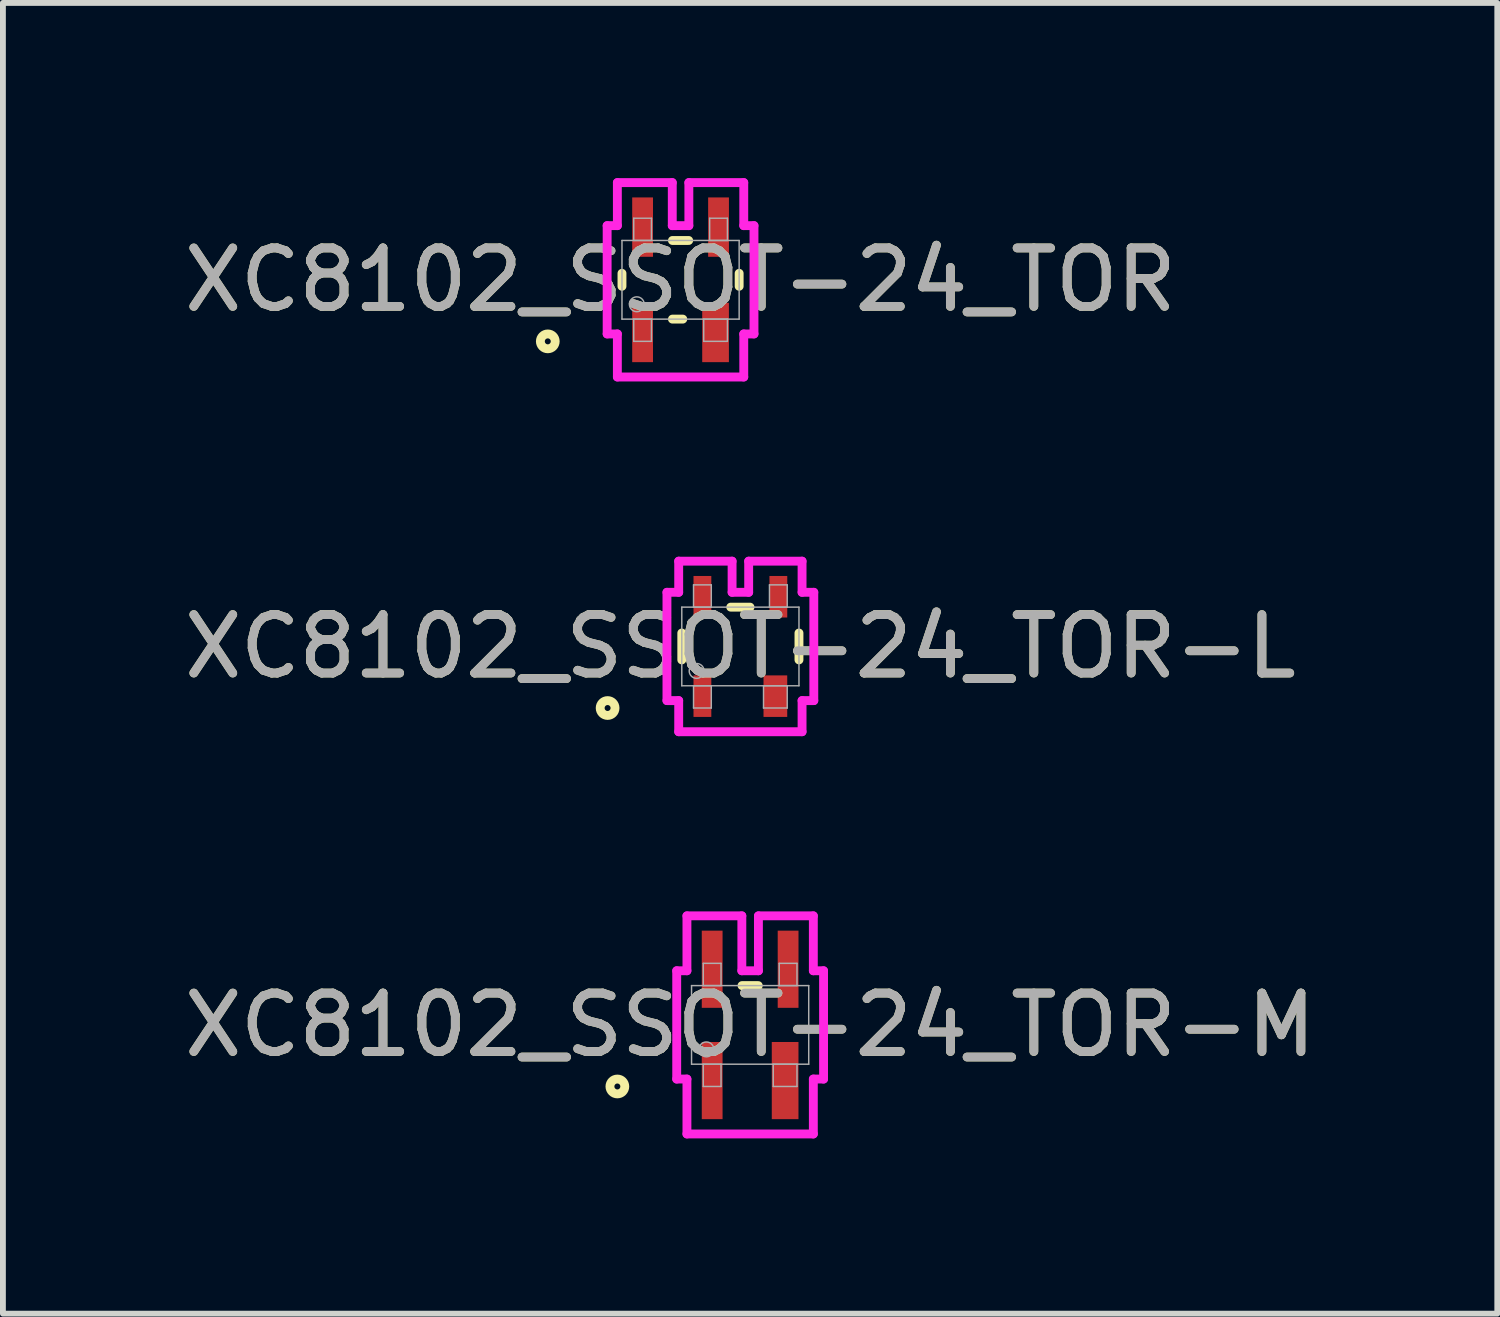
<source format=kicad_pcb>
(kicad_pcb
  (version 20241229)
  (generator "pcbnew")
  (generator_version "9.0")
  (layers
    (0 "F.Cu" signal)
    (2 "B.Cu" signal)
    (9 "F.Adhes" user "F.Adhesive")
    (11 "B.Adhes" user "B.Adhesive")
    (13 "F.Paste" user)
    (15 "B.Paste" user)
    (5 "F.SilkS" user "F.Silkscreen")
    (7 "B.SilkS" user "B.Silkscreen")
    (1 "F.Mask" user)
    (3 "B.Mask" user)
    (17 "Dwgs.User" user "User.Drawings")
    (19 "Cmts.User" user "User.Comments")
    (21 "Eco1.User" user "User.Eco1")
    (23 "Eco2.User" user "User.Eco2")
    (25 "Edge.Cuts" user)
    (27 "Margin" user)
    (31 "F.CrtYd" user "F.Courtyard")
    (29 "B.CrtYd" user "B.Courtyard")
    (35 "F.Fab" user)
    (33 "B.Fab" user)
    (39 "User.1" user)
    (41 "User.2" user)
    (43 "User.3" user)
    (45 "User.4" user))
  (footprint "XC8102_SSOT-24_TOR-L"
    (layer "F.Cu")
    (at 9.625 8.017)
    (property "Reference" "XC8102_SSOT-24_TOR-L" (at 0 0 0) (unlocked yes) (layer "F.SilkS") (effects (font (size 1 1) (thickness 0.15))))
    (attr smd)
    (fp_line (start -1.003 0.23) (end -1.003 -0.23) (stroke (width 0.152) (type solid)) (layer "F.SilkS"))
    (fp_line (start -0.165 -0.673) (end 0.165 -0.673) (stroke (width 0.152) (type solid)) (layer "F.SilkS"))
    (fp_line (start 1.003 -0.23) (end 1.003 0.23) (stroke (width 0.152) (type solid)) (layer "F.SilkS"))
    (fp_circle (center -2.273 1.054) (end -2.146 1.054) (stroke (width 0.152) (type solid)) (fill no) (layer "F.SilkS"))
    (fp_line (start -1.257 -0.927) (end -1.056 -0.927) (stroke (width 0.152) (type solid)) (layer "F.CrtYd"))
    (fp_line (start -1.257 0.927) (end -1.257 -0.927) (stroke (width 0.152) (type solid)) (layer "F.CrtYd"))
    (fp_line (start -1.056 -1.46) (end -0.142 -1.46) (stroke (width 0.152) (type solid)) (layer "F.CrtYd"))
    (fp_line (start -1.056 -0.927) (end -1.056 -1.46) (stroke (width 0.152) (type solid)) (layer "F.CrtYd"))
    (fp_line (start -1.056 0.927) (end -1.257 0.927) (stroke (width 0.152) (type solid)) (layer "F.CrtYd"))
    (fp_line (start -1.056 1.46) (end -1.056 0.927) (stroke (width 0.152) (type solid)) (layer "F.CrtYd"))
    (fp_line (start -0.142 -1.46) (end -0.142 -0.927) (stroke (width 0.152) (type solid)) (layer "F.CrtYd"))
    (fp_line (start -0.142 -0.927) (end 0.142 -0.927) (stroke (width 0.152) (type solid)) (layer "F.CrtYd"))
    (fp_line (start 0.142 -1.46) (end 1.056 -1.46) (stroke (width 0.152) (type solid)) (layer "F.CrtYd"))
    (fp_line (start 0.142 -0.927) (end 0.142 -1.46) (stroke (width 0.152) (type solid)) (layer "F.CrtYd"))
    (fp_line (start 1.056 -1.46) (end 1.056 -0.927) (stroke (width 0.152) (type solid)) (layer "F.CrtYd"))
    (fp_line (start 1.056 -0.927) (end 1.257 -0.927) (stroke (width 0.152) (type solid)) (layer "F.CrtYd"))
    (fp_line (start 1.056 0.927) (end 1.056 1.46) (stroke (width 0.152) (type solid)) (layer "F.CrtYd"))
    (fp_line (start 1.056 1.46) (end -1.056 1.46) (stroke (width 0.152) (type solid)) (layer "F.CrtYd"))
    (fp_line (start 1.257 -0.927) (end 1.257 0.927) (stroke (width 0.152) (type solid)) (layer "F.CrtYd"))
    (fp_line (start 1.257 0.927) (end 1.056 0.927) (stroke (width 0.152) (type solid)) (layer "F.CrtYd"))
    (fp_line (start -1.003 -0.673) (end 1.003 -0.673) (stroke (width 0.025) (type solid)) (layer "F.Fab"))
    (fp_line (start -1.003 0.673) (end -1.003 -0.673) (stroke (width 0.025) (type solid)) (layer "F.Fab"))
    (fp_line (start -0.802 -1.054) (end -0.802 -0.673) (stroke (width 0.025) (type solid)) (layer "F.Fab"))
    (fp_line (start -0.802 -0.673) (end -0.498 -0.673) (stroke (width 0.025) (type solid)) (layer "F.Fab"))
    (fp_line (start -0.802 0.673) (end -0.802 1.054) (stroke (width 0.025) (type solid)) (layer "F.Fab"))
    (fp_line (start -0.802 1.054) (end -0.498 1.054) (stroke (width 0.025) (type solid)) (layer "F.Fab"))
    (fp_line (start -0.498 -1.054) (end -0.802 -1.054) (stroke (width 0.025) (type solid)) (layer "F.Fab"))
    (fp_line (start -0.498 -0.673) (end -0.498 -1.054) (stroke (width 0.025) (type solid)) (layer "F.Fab"))
    (fp_line (start -0.498 0.673) (end -0.802 0.673) (stroke (width 0.025) (type solid)) (layer "F.Fab"))
    (fp_line (start -0.498 1.054) (end -0.498 0.673) (stroke (width 0.025) (type solid)) (layer "F.Fab"))
    (fp_line (start 0.396 0.673) (end 0.396 1.054) (stroke (width 0.025) (type solid)) (layer "F.Fab"))
    (fp_line (start 0.396 1.054) (end 0.802 1.054) (stroke (width 0.025) (type solid)) (layer "F.Fab"))
    (fp_line (start 0.498 -1.054) (end 0.498 -0.673) (stroke (width 0.025) (type solid)) (layer "F.Fab"))
    (fp_line (start 0.498 -0.673) (end 0.802 -0.673) (stroke (width 0.025) (type solid)) (layer "F.Fab"))
    (fp_line (start 0.802 -1.054) (end 0.498 -1.054) (stroke (width 0.025) (type solid)) (layer "F.Fab"))
    (fp_line (start 0.802 -0.673) (end 0.802 -1.054) (stroke (width 0.025) (type solid)) (layer "F.Fab"))
    (fp_line (start 0.802 0.673) (end 0.396 0.673) (stroke (width 0.025) (type solid)) (layer "F.Fab"))
    (fp_line (start 0.802 1.054) (end 0.802 0.673) (stroke (width 0.025) (type solid)) (layer "F.Fab"))
    (fp_line (start 1.003 -0.673) (end 1.003 0.673) (stroke (width 0.025) (type solid)) (layer "F.Fab"))
    (fp_line (start 1.003 0.673) (end -1.003 0.673) (stroke (width 0.025) (type solid)) (layer "F.Fab"))
    (fp_circle (center -0.749 0.419) (end -0.622 0.419) (stroke (width 0.025) (type solid)) (fill no) (layer "F.Fab"))
    (fp_text user "${REFERENCE}" (at 0 0 0) (unlocked yes) (layer "F.Fab") (effects (font (size 1 1) (thickness 0.15))))
    (pad "1" smd rect (at -0.65 0.851) (size 0.305 0.711) (layers "F.Cu" "F.Mask" "F.Paste"))
    (pad "2" smd rect (at 0.599 0.851) (size 0.406 0.711) (layers "F.Cu" "F.Mask" "F.Paste"))
    (pad "3" smd rect (at 0.65 -0.851) (size 0.305 0.711) (layers "F.Cu" "F.Mask" "F.Paste"))
    (pad "4" smd rect (at -0.65 -0.851) (size 0.305 0.711) (layers "F.Cu" "F.Mask" "F.Paste")))
  (footprint "XC8102_SSOT-24_TOR"
    (layer "F.Cu")
    (at 8.601 1.74)
    (property "Reference" "XC8102_SSOT-24_TOR" (at 0 0 0) (unlocked yes) (layer "F.SilkS") (effects (font (size 1 1) (thickness 0.15))))
    (attr smd)
    (fp_line (start -1.003 0.111) (end -1.003 -0.111) (stroke (width 0.152) (type solid)) (layer "F.SilkS"))
    (fp_line (start -0.139 -0.673) (end 0.139 -0.673) (stroke (width 0.152) (type solid)) (layer "F.SilkS"))
    (fp_line (start 0.038 0.673) (end -0.139 0.673) (stroke (width 0.152) (type solid)) (layer "F.SilkS"))
    (fp_line (start 1.003 -0.111) (end 1.003 0.111) (stroke (width 0.152) (type solid)) (layer "F.SilkS"))
    (fp_circle (center -2.273 1.054) (end -2.146 1.054) (stroke (width 0.152) (type solid)) (fill no) (layer "F.SilkS"))
    (fp_line (start -1.257 -0.927) (end -1.082 -0.927) (stroke (width 0.152) (type solid)) (layer "F.CrtYd"))
    (fp_line (start -1.257 0.927) (end -1.257 -0.927) (stroke (width 0.152) (type solid)) (layer "F.CrtYd"))
    (fp_line (start -1.082 -1.664) (end -0.142 -1.664) (stroke (width 0.152) (type solid)) (layer "F.CrtYd"))
    (fp_line (start -1.082 -0.927) (end -1.082 -1.664) (stroke (width 0.152) (type solid)) (layer "F.CrtYd"))
    (fp_line (start -1.082 0.927) (end -1.257 0.927) (stroke (width 0.152) (type solid)) (layer "F.CrtYd"))
    (fp_line (start -1.082 1.664) (end -1.082 0.927) (stroke (width 0.152) (type solid)) (layer "F.CrtYd"))
    (fp_line (start -0.142 -1.664) (end -0.142 -0.927) (stroke (width 0.152) (type solid)) (layer "F.CrtYd"))
    (fp_line (start -0.142 -0.927) (end 0.142 -0.927) (stroke (width 0.152) (type solid)) (layer "F.CrtYd"))
    (fp_line (start 0.142 -1.664) (end 1.082 -1.664) (stroke (width 0.152) (type solid)) (layer "F.CrtYd"))
    (fp_line (start 0.142 -0.927) (end 0.142 -1.664) (stroke (width 0.152) (type solid)) (layer "F.CrtYd"))
    (fp_line (start 1.082 -1.664) (end 1.082 -0.927) (stroke (width 0.152) (type solid)) (layer "F.CrtYd"))
    (fp_line (start 1.082 -0.927) (end 1.257 -0.927) (stroke (width 0.152) (type solid)) (layer "F.CrtYd"))
    (fp_line (start 1.082 0.927) (end 1.082 1.664) (stroke (width 0.152) (type solid)) (layer "F.CrtYd"))
    (fp_line (start 1.082 1.664) (end -1.082 1.664) (stroke (width 0.152) (type solid)) (layer "F.CrtYd"))
    (fp_line (start 1.257 -0.927) (end 1.257 0.927) (stroke (width 0.152) (type solid)) (layer "F.CrtYd"))
    (fp_line (start 1.257 0.927) (end 1.082 0.927) (stroke (width 0.152) (type solid)) (layer "F.CrtYd"))
    (fp_line (start -1.003 -0.673) (end 1.003 -0.673) (stroke (width 0.025) (type solid)) (layer "F.Fab"))
    (fp_line (start -1.003 0.673) (end -1.003 -0.673) (stroke (width 0.025) (type solid)) (layer "F.Fab"))
    (fp_line (start -0.802 -1.054) (end -0.802 -0.673) (stroke (width 0.025) (type solid)) (layer "F.Fab"))
    (fp_line (start -0.802 -0.673) (end -0.498 -0.673) (stroke (width 0.025) (type solid)) (layer "F.Fab"))
    (fp_line (start -0.802 0.673) (end -0.802 1.054) (stroke (width 0.025) (type solid)) (layer "F.Fab"))
    (fp_line (start -0.802 1.054) (end -0.498 1.054) (stroke (width 0.025) (type solid)) (layer "F.Fab"))
    (fp_line (start -0.498 -1.054) (end -0.802 -1.054) (stroke (width 0.025) (type solid)) (layer "F.Fab"))
    (fp_line (start -0.498 -0.673) (end -0.498 -1.054) (stroke (width 0.025) (type solid)) (layer "F.Fab"))
    (fp_line (start -0.498 0.673) (end -0.802 0.673) (stroke (width 0.025) (type solid)) (layer "F.Fab"))
    (fp_line (start -0.498 1.054) (end -0.498 0.673) (stroke (width 0.025) (type solid)) (layer "F.Fab"))
    (fp_line (start 0.396 0.673) (end 0.396 1.054) (stroke (width 0.025) (type solid)) (layer "F.Fab"))
    (fp_line (start 0.396 1.054) (end 0.802 1.054) (stroke (width 0.025) (type solid)) (layer "F.Fab"))
    (fp_line (start 0.498 -1.054) (end 0.498 -0.673) (stroke (width 0.025) (type solid)) (layer "F.Fab"))
    (fp_line (start 0.498 -0.673) (end 0.802 -0.673) (stroke (width 0.025) (type solid)) (layer "F.Fab"))
    (fp_line (start 0.802 -1.054) (end 0.498 -1.054) (stroke (width 0.025) (type solid)) (layer "F.Fab"))
    (fp_line (start 0.802 -0.673) (end 0.802 -1.054) (stroke (width 0.025) (type solid)) (layer "F.Fab"))
    (fp_line (start 0.802 0.673) (end 0.396 0.673) (stroke (width 0.025) (type solid)) (layer "F.Fab"))
    (fp_line (start 0.802 1.054) (end 0.802 0.673) (stroke (width 0.025) (type solid)) (layer "F.Fab"))
    (fp_line (start 1.003 -0.673) (end 1.003 0.673) (stroke (width 0.025) (type solid)) (layer "F.Fab"))
    (fp_line (start 1.003 0.673) (end -1.003 0.673) (stroke (width 0.025) (type solid)) (layer "F.Fab"))
    (fp_circle (center -0.749 0.419) (end -0.622 0.419) (stroke (width 0.025) (type solid)) (fill no) (layer "F.Fab"))
    (fp_text user "${REFERENCE}" (at 0 0 0) (unlocked yes) (layer "F.Fab") (effects (font (size 1 1) (thickness 0.15))))
    (pad "1" smd rect (at -0.65 0.902) (size 0.356 1.016) (layers "F.Cu" "F.Mask" "F.Paste"))
    (pad "2" smd rect (at 0.599 0.902) (size 0.457 1.016) (layers "F.Cu" "F.Mask" "F.Paste"))
    (pad "3" smd rect (at 0.65 -0.902) (size 0.356 1.016) (layers "F.Cu" "F.Mask" "F.Paste"))
    (pad "4" smd rect (at -0.65 -0.902) (size 0.356 1.016) (layers "F.Cu" "F.Mask" "F.Paste")))
  (footprint "XC8102_SSOT-24_TOR-M"
    (layer "F.Cu")
    (at 9.792 14.496)
    (property "Reference" "XC8102_SSOT-24_TOR-M" (at 0 0 0) (unlocked yes) (layer "F.SilkS") (effects (font (size 1 1) (thickness 0.15))))
    (attr smd)
    (fp_line (start -0.139 -0.673) (end 0.139 -0.673) (stroke (width 0.152) (type solid)) (layer "F.SilkS"))
    (fp_circle (center -2.273 1.054) (end -2.146 1.054) (stroke (width 0.152) (type solid)) (fill no) (layer "F.SilkS"))
    (fp_line (start -1.257 -0.927) (end -1.082 -0.927) (stroke (width 0.152) (type solid)) (layer "F.CrtYd"))
    (fp_line (start -1.257 0.927) (end -1.257 -0.927) (stroke (width 0.152) (type solid)) (layer "F.CrtYd"))
    (fp_line (start -1.082 -1.867) (end -0.142 -1.867) (stroke (width 0.152) (type solid)) (layer "F.CrtYd"))
    (fp_line (start -1.082 -0.927) (end -1.082 -1.867) (stroke (width 0.152) (type solid)) (layer "F.CrtYd"))
    (fp_line (start -1.082 0.927) (end -1.257 0.927) (stroke (width 0.152) (type solid)) (layer "F.CrtYd"))
    (fp_line (start -1.082 1.867) (end -1.082 0.927) (stroke (width 0.152) (type solid)) (layer "F.CrtYd"))
    (fp_line (start -0.142 -1.867) (end -0.142 -0.927) (stroke (width 0.152) (type solid)) (layer "F.CrtYd"))
    (fp_line (start -0.142 -0.927) (end 0.142 -0.927) (stroke (width 0.152) (type solid)) (layer "F.CrtYd"))
    (fp_line (start 0.142 -1.867) (end 1.082 -1.867) (stroke (width 0.152) (type solid)) (layer "F.CrtYd"))
    (fp_line (start 0.142 -0.927) (end 0.142 -1.867) (stroke (width 0.152) (type solid)) (layer "F.CrtYd"))
    (fp_line (start 1.082 -1.867) (end 1.082 -0.927) (stroke (width 0.152) (type solid)) (layer "F.CrtYd"))
    (fp_line (start 1.082 -0.927) (end 1.257 -0.927) (stroke (width 0.152) (type solid)) (layer "F.CrtYd"))
    (fp_line (start 1.082 0.927) (end 1.082 1.867) (stroke (width 0.152) (type solid)) (layer "F.CrtYd"))
    (fp_line (start 1.082 1.867) (end -1.082 1.867) (stroke (width 0.152) (type solid)) (layer "F.CrtYd"))
    (fp_line (start 1.257 -0.927) (end 1.257 0.927) (stroke (width 0.152) (type solid)) (layer "F.CrtYd"))
    (fp_line (start 1.257 0.927) (end 1.082 0.927) (stroke (width 0.152) (type solid)) (layer "F.CrtYd"))
    (fp_line (start -1.003 -0.673) (end 1.003 -0.673) (stroke (width 0.025) (type solid)) (layer "F.Fab"))
    (fp_line (start -1.003 0.673) (end -1.003 -0.673) (stroke (width 0.025) (type solid)) (layer "F.Fab"))
    (fp_line (start -0.802 -1.054) (end -0.802 -0.673) (stroke (width 0.025) (type solid)) (layer "F.Fab"))
    (fp_line (start -0.802 -0.673) (end -0.498 -0.673) (stroke (width 0.025) (type solid)) (layer "F.Fab"))
    (fp_line (start -0.802 0.673) (end -0.802 1.054) (stroke (width 0.025) (type solid)) (layer "F.Fab"))
    (fp_line (start -0.802 1.054) (end -0.498 1.054) (stroke (width 0.025) (type solid)) (layer "F.Fab"))
    (fp_line (start -0.498 -1.054) (end -0.802 -1.054) (stroke (width 0.025) (type solid)) (layer "F.Fab"))
    (fp_line (start -0.498 -0.673) (end -0.498 -1.054) (stroke (width 0.025) (type solid)) (layer "F.Fab"))
    (fp_line (start -0.498 0.673) (end -0.802 0.673) (stroke (width 0.025) (type solid)) (layer "F.Fab"))
    (fp_line (start -0.498 1.054) (end -0.498 0.673) (stroke (width 0.025) (type solid)) (layer "F.Fab"))
    (fp_line (start 0.396 0.673) (end 0.396 1.054) (stroke (width 0.025) (type solid)) (layer "F.Fab"))
    (fp_line (start 0.396 1.054) (end 0.802 1.054) (stroke (width 0.025) (type solid)) (layer "F.Fab"))
    (fp_line (start 0.498 -1.054) (end 0.498 -0.673) (stroke (width 0.025) (type solid)) (layer "F.Fab"))
    (fp_line (start 0.498 -0.673) (end 0.802 -0.673) (stroke (width 0.025) (type solid)) (layer "F.Fab"))
    (fp_line (start 0.802 -1.054) (end 0.498 -1.054) (stroke (width 0.025) (type solid)) (layer "F.Fab"))
    (fp_line (start 0.802 -0.673) (end 0.802 -1.054) (stroke (width 0.025) (type solid)) (layer "F.Fab"))
    (fp_line (start 0.802 0.673) (end 0.396 0.673) (stroke (width 0.025) (type solid)) (layer "F.Fab"))
    (fp_line (start 0.802 1.054) (end 0.802 0.673) (stroke (width 0.025) (type solid)) (layer "F.Fab"))
    (fp_line (start 1.003 -0.673) (end 1.003 0.673) (stroke (width 0.025) (type solid)) (layer "F.Fab"))
    (fp_line (start 1.003 0.673) (end -1.003 0.673) (stroke (width 0.025) (type solid)) (layer "F.Fab"))
    (fp_circle (center -0.749 0.419) (end -0.622 0.419) (stroke (width 0.025) (type solid)) (fill no) (layer "F.Fab"))
    (fp_text user "${REFERENCE}" (at 0 0 0) (unlocked yes) (layer "F.Fab") (effects (font (size 1 1) (thickness 0.15))))
    (pad "1" smd rect (at -0.65 0.953) (size 0.356 1.321) (layers "F.Cu" "F.Mask" "F.Paste"))
    (pad "2" smd rect (at 0.599 0.953) (size 0.457 1.321) (layers "F.Cu" "F.Mask" "F.Paste"))
    (pad "3" smd rect (at 0.65 -0.953) (size 0.356 1.321) (layers "F.Cu" "F.Mask" "F.Paste"))
    (pad "4" smd rect (at -0.65 -0.953) (size 0.356 1.321) (layers "F.Cu" "F.Mask" "F.Paste")))
  (gr_rect
    (start -3 -3)
    (end 22.583 19.439)
    (stroke (width 0.1) (type default))
    (fill no)
    (layer "Edge.Cuts")))
</source>
